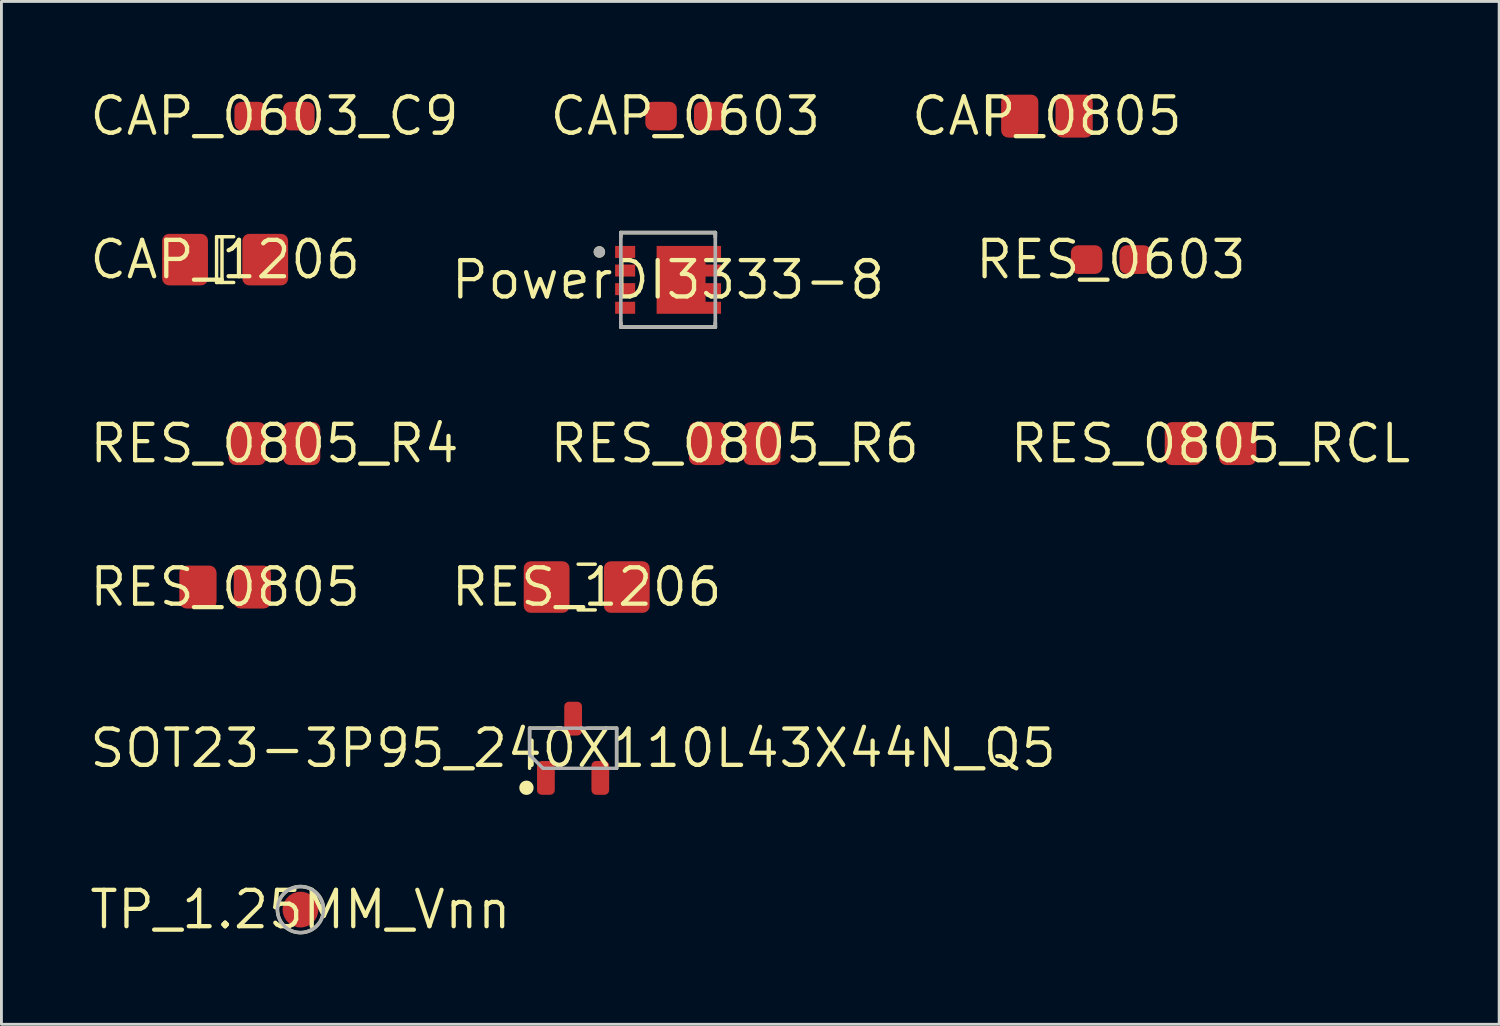
<source format=kicad_pcb>
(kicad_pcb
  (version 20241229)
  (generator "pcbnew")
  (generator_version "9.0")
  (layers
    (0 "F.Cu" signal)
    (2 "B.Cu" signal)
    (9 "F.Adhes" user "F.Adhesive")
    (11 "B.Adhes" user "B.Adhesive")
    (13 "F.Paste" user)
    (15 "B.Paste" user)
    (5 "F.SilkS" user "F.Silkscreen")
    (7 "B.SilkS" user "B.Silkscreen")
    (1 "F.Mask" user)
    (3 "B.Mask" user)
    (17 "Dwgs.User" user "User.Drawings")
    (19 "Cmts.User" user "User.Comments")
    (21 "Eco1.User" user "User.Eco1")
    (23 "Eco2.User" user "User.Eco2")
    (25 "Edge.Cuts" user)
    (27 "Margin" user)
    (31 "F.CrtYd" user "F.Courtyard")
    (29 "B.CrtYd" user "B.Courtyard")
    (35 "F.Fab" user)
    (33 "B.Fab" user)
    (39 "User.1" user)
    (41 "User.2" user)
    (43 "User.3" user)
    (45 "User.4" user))
  (footprint "CAP_0603_C9"
    (layer "F.Cu")
    (at 6.539 1.006)
    (property "Reference" "CAP_0603_C9" (at 0 0 0) (layer "F.SilkS") (effects (font (size 1.27 1.27) (thickness 0.15))))
    (pad "1" smd roundrect (at -0.85 0 90) (size 1 1.1) (layers "F.Cu" "F.Mask" "F.Paste") (roundrect_rratio 0.25))
    (pad "2" smd roundrect (at 0.85 0 90) (size 1 1.1) (layers "F.Cu" "F.Mask" "F.Paste") (roundrect_rratio 0.25)))
  (footprint "RES_1206"
    (layer "F.Cu")
    (at 17.445 17.458)
    (property "Reference" "RES_1206" (at 0 0 0) (layer "F.SilkS") (effects (font (size 1.27 1.27) (thickness 0.15))))
    (fp_line (start -0.299 -0.799) (end 0.299 -0.799) (stroke (width 0.12) (type solid)) (layer "F.SilkS"))
    (fp_line (start -0.299 0.799) (end 0.299 0.799) (stroke (width 0.12) (type solid)) (layer "F.SilkS"))
    (pad "1" smd roundrect (at -1.4 0 90) (size 1.8 1.6) (layers "F.Cu" "F.Mask" "F.Paste") (roundrect_rratio 0.15))
    (pad "2" smd roundrect (at 1.4 0 90) (size 1.8 1.6) (layers "F.Cu" "F.Mask" "F.Paste") (roundrect_rratio 0.15)))
  (footprint "PowerDI3333-8"
    (layer "F.Cu")
    (at 20.288 6.726)
    (property "Reference" "PowerDI3333-8" (at 0 0 0) (layer "F.SilkS") (effects (font (size 1.27 1.27) (thickness 0.15))))
    (fp_poly (pts (xy 1.85 -0.765) (xy 1.31 -0.765) (xy 1.31 -0.535) (xy 1.85 -0.535) (xy 1.85 -0.115) (xy 1.31 -0.115) (xy 1.31 0.115) (xy 1.85 0.115) (xy 1.85 0.535) (xy 1.31 0.535) (xy 1.31 0.765) (xy 1.85 0.765) (xy 1.85 1.185) (xy -0.4 1.185) (xy -0.4 -1.185) (xy 1.85 -1.185)) (stroke (width 0) (type default)) (fill yes) (layer "F.Cu"))
    (fp_poly (pts (xy -0.5 -1.285) (xy 1.41 -1.285) (xy 1.41 1.285) (xy -0.5 1.285)) (stroke (width 0) (type default)) (fill yes) (layer "F.Mask"))
    (fp_poly (pts (xy 1.901 -0.714) (xy 1.361 -0.714) (xy 1.361 -0.586) (xy 1.901 -0.586) (xy 1.901 -0.064) (xy 1.361 -0.064) (xy 1.361 0.064) (xy 1.901 0.064) (xy 1.901 0.586) (xy 1.361 0.586) (xy 1.361 0.714) (xy 1.901 0.714) (xy 1.901 1.236) (xy -0.451 1.236) (xy -0.451 -1.236) (xy 1.901 -1.236)) (stroke (width 0) (type default)) (fill yes) (layer "F.Mask"))
    (fp_line (start -1.65 -1.65) (end -1.65 -1.498) (stroke (width 0.127) (type solid)) (layer "F.SilkS"))
    (fp_line (start -1.65 1.65) (end -1.65 1.498) (stroke (width 0.127) (type solid)) (layer "F.SilkS"))
    (fp_line (start -1.65 1.65) (end 1.65 1.65) (stroke (width 0.127) (type solid)) (layer "F.SilkS"))
    (fp_line (start 1.65 -1.65) (end -1.65 -1.65) (stroke (width 0.127) (type solid)) (layer "F.SilkS"))
    (fp_line (start 1.65 -1.65) (end 1.65 -1.498) (stroke (width 0.127) (type solid)) (layer "F.SilkS"))
    (fp_line (start 1.65 1.65) (end 1.65 1.498) (stroke (width 0.127) (type solid)) (layer "F.SilkS"))
    (fp_circle (center -2.4 -0.975) (end -2.3 -0.975) (stroke (width 0.2) (type solid)) (fill yes) (layer "F.SilkS"))
    (fp_poly (pts (xy -0.1 -0.9) (xy 1 -0.9) (xy 1 0.9) (xy -0.1 0.9)) (stroke (width 0) (type default)) (fill yes) (layer "F.Paste"))
    (fp_poly (pts (xy 1.801 -0.814) (xy 1.261 -0.814) (xy 1.261 -0.486) (xy 1.801 -0.486) (xy 1.801 -0.164) (xy 1.261 -0.164) (xy 1.261 0.164) (xy 1.801 0.164) (xy 1.801 0.486) (xy 1.261 0.486) (xy 1.261 0.814) (xy 1.801 0.814) (xy 1.801 1.136) (xy -0.351 1.136) (xy -0.351 -1.136) (xy 1.801 -1.136)) (stroke (width 0) (type default)) (fill yes) (layer "F.Paste"))
    (fp_line (start -1.65 -1.65) (end -1.65 1.65) (stroke (width 0.127) (type solid)) (layer "F.Fab"))
    (fp_line (start -1.65 1.65) (end 1.65 1.65) (stroke (width 0.127) (type solid)) (layer "F.Fab"))
    (fp_line (start 1.65 -1.65) (end -1.65 -1.65) (stroke (width 0.127) (type solid)) (layer "F.Fab"))
    (fp_line (start 1.65 1.65) (end 1.65 -1.65) (stroke (width 0.127) (type solid)) (layer "F.Fab"))
    (fp_circle (center -2.4 -0.975) (end -2.3 -0.975) (stroke (width 0.2) (type solid)) (fill no) (layer "F.Fab"))
    (pad "1" smd rect (at -1.5 -0.975) (size 0.7 0.42) (layers "F.Cu" "F.Mask" "F.Paste"))
    (pad "2" smd rect (at -1.5 -0.325) (size 0.7 0.42) (layers "F.Cu" "F.Mask" "F.Paste"))
    (pad "3" smd rect (at -1.5 0.325) (size 0.7 0.42) (layers "F.Cu" "F.Mask" "F.Paste"))
    (pad "4" smd rect (at -1.5 0.975) (size 0.7 0.42) (layers "F.Cu" "F.Mask" "F.Paste"))
    (pad "5" smd roundrect (at 0.725 0) (size 0.23 0.23) (layers "F.Cu") (roundrect_rratio 0.5)))
  (footprint "RES_0805_R4"
    (layer "F.Cu")
    (at 6.539 12.446)
    (property "Reference" "RES_0805_R4" (at 0 0 0) (layer "F.SilkS") (effects (font (size 1.27 1.27) (thickness 0.15))))
    (pad "1" smd roundrect (at -0.95 0 90) (size 1.5 1.3) (layers "F.Cu" "F.Mask" "F.Paste") (roundrect_rratio 0.19))
    (pad "2" smd roundrect (at 0.95 0 90) (size 1.5 1.3) (layers "F.Cu" "F.Mask" "F.Paste") (roundrect_rratio 0.19)))
  (footprint "CAP_1206"
    (layer "F.Cu")
    (at 4.815 6.019)
    (property "Reference" "CAP_1206" (at 0 0 0) (layer "F.SilkS") (effects (font (size 1.27 1.27) (thickness 0.15))))
    (fp_line (start -0.299 -0.799) (end 0.299 -0.799) (stroke (width 0.12) (type solid)) (layer "F.SilkS"))
    (fp_line (start -0.299 0.799) (end -0.299 -0.799) (stroke (width 0.12) (type solid)) (layer "F.SilkS"))
    (fp_line (start -0.299 0.799) (end 0.299 0.799) (stroke (width 0.12) (type solid)) (layer "F.SilkS"))
    (fp_line (start -0.11 0.799) (end -0.11 -0.799) (stroke (width 0.12) (type solid)) (layer "F.SilkS"))
    (pad "1" smd roundrect (at -1.4 0 90) (size 1.8 1.6) (layers "F.Cu" "F.Mask" "F.Paste") (roundrect_rratio 0.15))
    (pad "2" smd roundrect (at 1.4 0 90) (size 1.8 1.6) (layers "F.Cu" "F.Mask" "F.Paste") (roundrect_rratio 0.15)))
  (footprint "RES_0805_R6"
    (layer "F.Cu")
    (at 22.616 12.446)
    (property "Reference" "RES_0805_R6" (at 0 0 0) (layer "F.SilkS") (effects (font (size 1.27 1.27) (thickness 0.15))))
    (pad "1" smd roundrect (at -0.95 0 90) (size 1.5 1.3) (layers "F.Cu" "F.Mask" "F.Paste") (roundrect_rratio 0.19))
    (pad "2" smd roundrect (at 0.95 0 90) (size 1.5 1.3) (layers "F.Cu" "F.Mask" "F.Paste") (roundrect_rratio 0.19)))
  (footprint "RES_0805"
    (layer "F.Cu")
    (at 4.815 17.458)
    (property "Reference" "RES_0805" (at 0 0 0) (layer "F.SilkS") (effects (font (size 1.27 1.27) (thickness 0.15))))
    (pad "1" smd roundrect (at -0.95 0 90) (size 1.5 1.3) (layers "F.Cu" "F.Mask" "F.Paste") (roundrect_rratio 0.19))
    (pad "2" smd roundrect (at 0.95 0 90) (size 1.5 1.3) (layers "F.Cu" "F.Mask" "F.Paste") (roundrect_rratio 0.19)))
  (footprint "RES_0805_RCL"
    (layer "F.Cu")
    (at 39.238 12.446)
    (property "Reference" "RES_0805_RCL" (at 0 0 0) (layer "F.SilkS") (effects (font (size 1.27 1.27) (thickness 0.15))))
    (pad "1" smd roundrect (at -0.95 0 90) (size 1.5 1.3) (layers "F.Cu" "F.Mask" "F.Paste") (roundrect_rratio 0.19))
    (pad "2" smd roundrect (at 0.95 0 90) (size 1.5 1.3) (layers "F.Cu" "F.Mask" "F.Paste") (roundrect_rratio 0.19)))
  (footprint "CAP_0805"
    (layer "F.Cu")
    (at 33.523 1.006)
    (property "Reference" "CAP_0805" (at 0 0 0) (layer "F.SilkS") (effects (font (size 1.27 1.27) (thickness 0.15))))
    (fp_line (start -2.001 0.649) (end -2.001 -0.649) (stroke (width 0.12) (type solid)) (layer "F.SilkS"))
    (pad "1" smd roundrect (at -0.95 0 90) (size 1.5 1.3) (layers "F.Cu" "F.Mask" "F.Paste") (roundrect_rratio 0.19))
    (pad "2" smd roundrect (at 0.95 0 90) (size 1.5 1.3) (layers "F.Cu" "F.Mask" "F.Paste") (roundrect_rratio 0.19)))
  (footprint "TP_1.25MM_Vnn"
    (layer "F.Cu")
    (at 7.446 28.725)
    (property "Reference" "TP_1.25MM_Vnn" (at 0 0 0) (layer "F.SilkS") (effects (font (size 1.27 1.27) (thickness 0.15))))
    (fp_circle (center 0 0) (end 0.805 0) (stroke (width 0.12) (type solid)) (fill no) (layer "F.SilkS"))
    (fp_circle (center 0 0) (end 0.805 0) (stroke (width 0.12) (type solid)) (fill no) (layer "F.Fab"))
    (pad "TP" smd roundrect (at 0 0) (size 1.25 1.25) (layers "F.Cu" "F.Mask") (roundrect_rratio 0.5)))
  (footprint "RES_0603"
    (layer "F.Cu")
    (at 35.76 6.019)
    (property "Reference" "RES_0603" (at 0 0 0) (layer "F.SilkS") (effects (font (size 1.27 1.27) (thickness 0.15))))
    (pad "1" smd roundrect (at -0.85 0 90) (size 1 1.1) (layers "F.Cu" "F.Mask" "F.Paste") (roundrect_rratio 0.25))
    (pad "2" smd roundrect (at 0.85 0 90) (size 1 1.1) (layers "F.Cu" "F.Mask" "F.Paste") (roundrect_rratio 0.25)))
  (footprint "CAP_0603"
    (layer "F.Cu")
    (at 20.893 1.006)
    (property "Reference" "CAP_0603" (at 0 0 0) (layer "F.SilkS") (effects (font (size 1.27 1.27) (thickness 0.15))))
    (pad "1" smd roundrect (at -0.85 0 90) (size 1 1.1) (layers "F.Cu" "F.Mask" "F.Paste") (roundrect_rratio 0.25))
    (pad "2" smd roundrect (at 0.85 0 90) (size 1 1.1) (layers "F.Cu" "F.Mask" "F.Paste") (roundrect_rratio 0.25)))
  (footprint "SOT23-3P95_240X110L43X44N_Q5"
    (layer "F.Cu")
    (at 16.971 23.089)
    (property "Reference" "SOT23-3P95_240X110L43X44N_Q5" (at 0 0 0) (layer "F.SilkS") (effects (font (size 1.27 1.27) (thickness 0.15))))
    (fp_line (start -1.52 -0.7) (end -1.52 0.7) (stroke (width 0.12) (type solid)) (layer "F.SilkS"))
    (fp_line (start -0.49 -0.7) (end -1.52 -0.7) (stroke (width 0.12) (type solid)) (layer "F.SilkS"))
    (fp_line (start 0.49 -0.7) (end 1.52 -0.7) (stroke (width 0.12) (type solid)) (layer "F.SilkS"))
    (fp_line (start 1.52 -0.7) (end 1.52 0.7) (stroke (width 0.12) (type solid)) (layer "F.SilkS"))
    (fp_circle (center -1.63 1.38) (end -1.505 1.38) (stroke (width 0.25) (type solid)) (fill yes) (layer "F.SilkS"))
    (fp_line (start -1.52 -0.7) (end 1.52 -0.7) (stroke (width 0.12) (type solid)) (layer "F.Fab"))
    (fp_line (start -1.52 0.233) (end -1.52 -0.7) (stroke (width 0.12) (type solid)) (layer "F.Fab"))
    (fp_line (start -1.053 0.7) (end -1.52 0.233) (stroke (width 0.12) (type solid)) (layer "F.Fab"))
    (fp_line (start 1.52 -0.7) (end 1.52 0.7) (stroke (width 0.12) (type solid)) (layer "F.Fab"))
    (fp_line (start 1.52 0.7) (end -1.053 0.7) (stroke (width 0.12) (type solid)) (layer "F.Fab"))
    (pad "1" smd roundrect (at -0.95 1.035) (size 0.62 1.18) (layers "F.Cu" "F.Mask" "F.Paste") (roundrect_rratio 0.26))
    (pad "2" smd roundrect (at 0.95 1.035) (size 0.62 1.18) (layers "F.Cu" "F.Mask" "F.Paste") (roundrect_rratio 0.26))
    (pad "3" smd roundrect (at 0 -1.035 180) (size 0.62 1.18) (layers "F.Cu" "F.Mask" "F.Paste") (roundrect_rratio 0.26)))
  (gr_rect
    (start -3 -3)
    (end 49.321 32.732)
    (stroke (width 0.1) (type default))
    (fill no)
    (layer "Edge.Cuts")))
</source>
